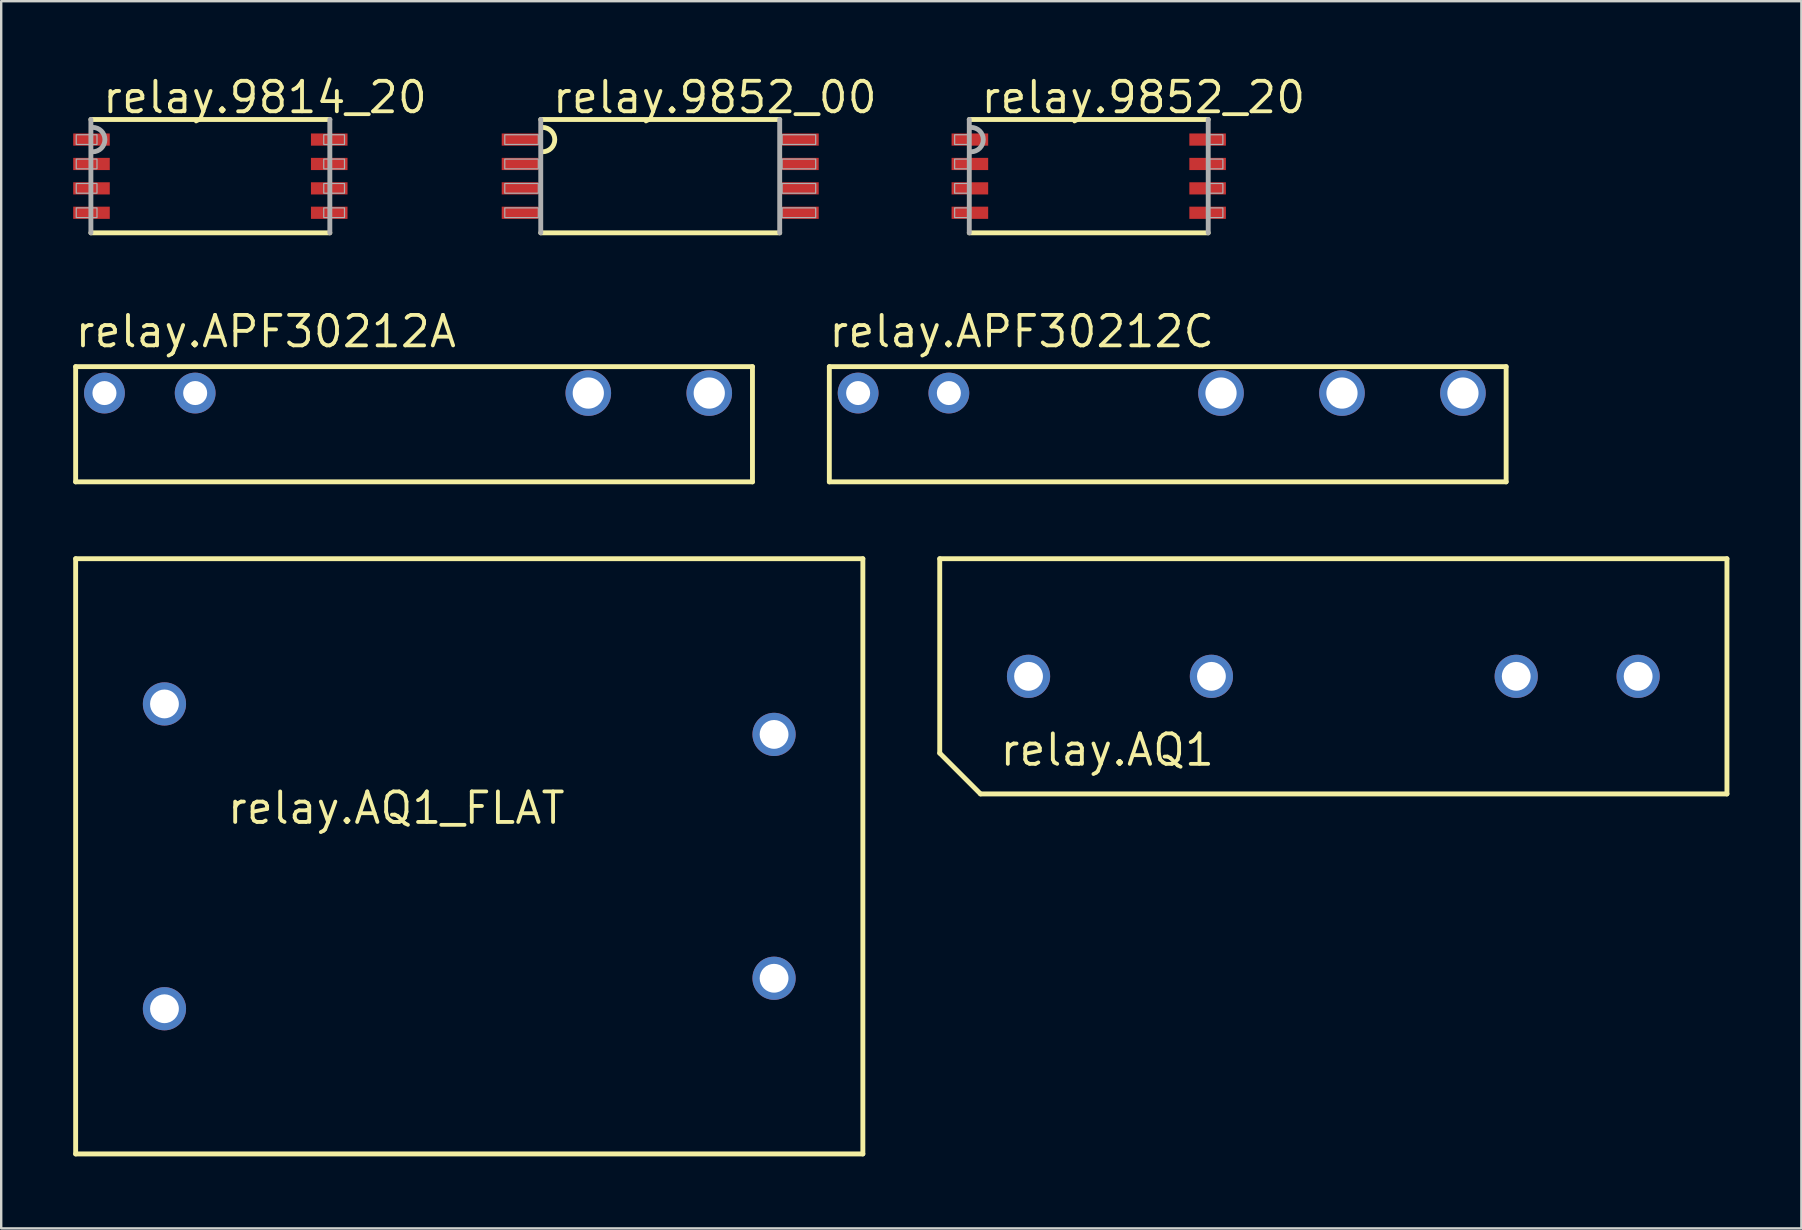
<source format=kicad_pcb>
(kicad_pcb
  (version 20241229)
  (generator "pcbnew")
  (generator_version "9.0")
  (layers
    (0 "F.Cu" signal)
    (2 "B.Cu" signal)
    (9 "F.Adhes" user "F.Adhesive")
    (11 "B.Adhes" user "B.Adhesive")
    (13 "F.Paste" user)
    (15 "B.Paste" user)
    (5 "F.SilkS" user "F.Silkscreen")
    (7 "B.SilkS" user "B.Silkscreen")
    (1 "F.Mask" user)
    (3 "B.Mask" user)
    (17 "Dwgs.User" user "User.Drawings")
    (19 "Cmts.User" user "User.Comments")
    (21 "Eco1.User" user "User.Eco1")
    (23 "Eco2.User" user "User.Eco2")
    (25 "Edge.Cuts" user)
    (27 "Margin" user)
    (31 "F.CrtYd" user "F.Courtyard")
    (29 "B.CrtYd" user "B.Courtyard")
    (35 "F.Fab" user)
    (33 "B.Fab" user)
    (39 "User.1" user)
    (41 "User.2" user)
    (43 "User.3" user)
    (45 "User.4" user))
  (footprint "relay.APF30212C"
    (layer "F.Cu")
    (at 45.305 13.327)
    (property "Reference" "relay.APF30212C" (at -13.902 -1.823 0) (layer "F.SilkS") (effects (font (size 1.27 1.27) (thickness 0.16)) (justify left bottom)))
    (attr through_hole)
    (fp_line (start -13.8 -1.1) (end 14.4 -1.1) (stroke (width 0.203) (type default)) (layer "F.SilkS"))
    (fp_line (start -13.8 3.7) (end -13.8 -1.1) (stroke (width 0.203) (type default)) (layer "F.SilkS"))
    (fp_line (start 14.4 -1.1) (end 14.4 3.7) (stroke (width 0.203) (type default)) (layer "F.SilkS"))
    (fp_line (start 14.4 3.7) (end -13.8 3.7) (stroke (width 0.203) (type default)) (layer "F.SilkS"))
    (pad "1" thru_hole circle (at -12.6 0) (size 1.7 1.7) (drill 1) (layers "*.Cu" "*.Mask"))
    (pad "2" thru_hole circle (at -8.82 0) (size 1.7 1.7) (drill 1) (layers "*.Cu" "*.Mask"))
    (pad "COM" thru_hole circle (at 7.56 0) (size 1.9 1.9) (drill 1.3) (layers "*.Cu" "*.Mask"))
    (pad "NC" thru_hole circle (at 2.52 0) (size 1.9 1.9) (drill 1.3) (layers "*.Cu" "*.Mask"))
    (pad "NO" thru_hole circle (at 12.6 0) (size 1.9 1.9) (drill 1.3) (layers "*.Cu" "*.Mask")))
  (footprint "relay.APF30212A"
    (layer "F.Cu")
    (at 13.902 13.327)
    (property "Reference" "relay.APF30212A" (at -13.902 -1.823 0) (layer "F.SilkS") (effects (font (size 1.27 1.27) (thickness 0.16)) (justify left bottom)))
    (attr through_hole)
    (fp_line (start -13.8 -1.1) (end 14.4 -1.1) (stroke (width 0.203) (type default)) (layer "F.SilkS"))
    (fp_line (start -13.8 3.7) (end -13.8 -1.1) (stroke (width 0.203) (type default)) (layer "F.SilkS"))
    (fp_line (start 14.4 -1.1) (end 14.4 3.7) (stroke (width 0.203) (type default)) (layer "F.SilkS"))
    (fp_line (start 14.4 3.7) (end -13.8 3.7) (stroke (width 0.203) (type default)) (layer "F.SilkS"))
    (pad "1" thru_hole circle (at -12.6 0) (size 1.7 1.7) (drill 1) (layers "*.Cu" "*.Mask"))
    (pad "2" thru_hole circle (at -8.82 0) (size 1.7 1.7) (drill 1) (layers "*.Cu" "*.Mask"))
    (pad "COM" thru_hole circle (at 7.56 0) (size 1.9 1.9) (drill 1.3) (layers "*.Cu" "*.Mask"))
    (pad "NO" thru_hole circle (at 12.6 0) (size 1.9 1.9) (drill 1.3) (layers "*.Cu" "*.Mask")))
  (footprint "relay.9852_20"
    (layer "F.Cu")
    (at 42.314 4.29)
    (property "Reference" "relay.9852_20" (at -4.572 -2.54 0) (layer "F.SilkS") (effects (font (size 1.27 1.27) (thickness 0.16)) (justify left bottom)))
    (attr smd)
    (fp_line (start -4.978 -2.362) (end 4.978 -2.362) (stroke (width 0.203) (type default)) (layer "F.SilkS"))
    (fp_line (start 4.978 2.362) (end -4.978 2.362) (stroke (width 0.203) (type default)) (layer "F.SilkS"))
    (fp_line (start -4.978 2.362) (end -4.978 -2.362) (stroke (width 0.203) (type default)) (layer "F.Fab"))
    (fp_line (start 4.978 -2.362) (end 4.978 2.362) (stroke (width 0.203) (type default)) (layer "F.Fab"))
    (fp_rect (start -5.588 -1.321) (end -5.025 -1.727) (stroke (width 0.05) (type default)) (fill no) (layer "F.Fab"))
    (fp_rect (start -5.588 -0.305) (end -5.025 -0.711) (stroke (width 0.05) (type default)) (fill no) (layer "F.Fab"))
    (fp_rect (start -5.588 0.711) (end -5 0.305) (stroke (width 0.05) (type default)) (fill no) (layer "F.Fab"))
    (fp_rect (start -5.588 1.727) (end -5 1.321) (stroke (width 0.05) (type default)) (fill no) (layer "F.Fab"))
    (fp_rect (start 5 0.711) (end 5.588 0.305) (stroke (width 0.05) (type default)) (fill no) (layer "F.Fab"))
    (fp_rect (start 5 1.727) (end 5.588 1.321) (stroke (width 0.05) (type default)) (fill no) (layer "F.Fab"))
    (fp_rect (start 5.025 -1.321) (end 5.588 -1.727) (stroke (width 0.05) (type default)) (fill no) (layer "F.Fab"))
    (fp_rect (start 5.025 -0.305) (end 5.588 -0.711) (stroke (width 0.05) (type default)) (fill no) (layer "F.Fab"))
    (fp_arc (start -4.9022 -2.032) (mid -4.3942 -1.524) (end -4.9022 -1.016) (stroke (width 0.2032) (type default)) (layer "F.Fab"))
    (pad "1" smd roundrect (at -4.953 -1.524) (size 1.524 0.508) (layers "F.Cu" "F.Mask" "F.Paste") (roundrect_rratio 0.01))
    (pad "2" smd roundrect (at 4.953 -1.524 180) (size 1.524 0.508) (layers "F.Cu" "F.Mask" "F.Paste") (roundrect_rratio 0.01))
    (pad "3" smd roundrect (at -4.953 -0.508) (size 1.524 0.508) (layers "F.Cu" "F.Mask" "F.Paste") (roundrect_rratio 0.01))
    (pad "4" smd roundrect (at 4.953 -0.508 180) (size 1.524 0.508) (layers "F.Cu" "F.Mask" "F.Paste") (roundrect_rratio 0.01))
    (pad "5" smd roundrect (at -4.953 0.508) (size 1.524 0.508) (layers "F.Cu" "F.Mask" "F.Paste") (roundrect_rratio 0.01))
    (pad "6" smd roundrect (at 4.953 0.508 180) (size 1.524 0.508) (layers "F.Cu" "F.Mask" "F.Paste") (roundrect_rratio 0.01))
    (pad "7" smd roundrect (at -4.953 1.524) (size 1.524 0.508) (layers "F.Cu" "F.Mask" "F.Paste") (roundrect_rratio 0.01))
    (pad "8" smd roundrect (at 4.953 1.524 180) (size 1.524 0.508) (layers "F.Cu" "F.Mask" "F.Paste") (roundrect_rratio 0.01)))
  (footprint "relay.9814_20"
    (layer "F.Cu")
    (at 5.715 4.29)
    (property "Reference" "relay.9814_20" (at -4.572 -2.54 0) (layer "F.SilkS") (effects (font (size 1.27 1.27) (thickness 0.16)) (justify left bottom)))
    (attr smd)
    (fp_line (start -4.978 -2.362) (end 4.978 -2.362) (stroke (width 0.203) (type default)) (layer "F.SilkS"))
    (fp_line (start 4.978 2.362) (end -4.978 2.362) (stroke (width 0.203) (type default)) (layer "F.SilkS"))
    (fp_line (start -4.978 2.362) (end -4.978 -2.362) (stroke (width 0.203) (type default)) (layer "F.Fab"))
    (fp_line (start 4.978 -2.362) (end 4.978 2.362) (stroke (width 0.203) (type default)) (layer "F.Fab"))
    (fp_rect (start -5.588 -1.321) (end -4.724 -1.727) (stroke (width 0.05) (type default)) (fill no) (layer "F.Fab"))
    (fp_rect (start -5.588 -0.305) (end -4.724 -0.711) (stroke (width 0.05) (type default)) (fill no) (layer "F.Fab"))
    (fp_rect (start -5.588 0.711) (end -4.724 0.305) (stroke (width 0.05) (type default)) (fill no) (layer "F.Fab"))
    (fp_rect (start -5.588 1.727) (end -4.724 1.321) (stroke (width 0.05) (type default)) (fill no) (layer "F.Fab"))
    (fp_rect (start 4.724 -1.321) (end 5.588 -1.727) (stroke (width 0.05) (type default)) (fill no) (layer "F.Fab"))
    (fp_rect (start 4.724 -0.305) (end 5.588 -0.711) (stroke (width 0.05) (type default)) (fill no) (layer "F.Fab"))
    (fp_rect (start 4.724 0.711) (end 5.588 0.305) (stroke (width 0.05) (type default)) (fill no) (layer "F.Fab"))
    (fp_rect (start 4.724 1.727) (end 5.588 1.321) (stroke (width 0.05) (type default)) (fill no) (layer "F.Fab"))
    (fp_arc (start -4.9022 -2.032) (mid -4.3942 -1.524) (end -4.9022 -1.016) (stroke (width 0.2032) (type default)) (layer "F.Fab"))
    (pad "1" smd roundrect (at -4.953 -1.524) (size 1.524 0.508) (layers "F.Cu" "F.Mask" "F.Paste") (roundrect_rratio 0.01))
    (pad "2" smd roundrect (at 4.953 -1.524 180) (size 1.524 0.508) (layers "F.Cu" "F.Mask" "F.Paste") (roundrect_rratio 0.01))
    (pad "3" smd roundrect (at -4.953 -0.508) (size 1.524 0.508) (layers "F.Cu" "F.Mask" "F.Paste") (roundrect_rratio 0.01))
    (pad "4" smd roundrect (at 4.953 -0.508 180) (size 1.524 0.508) (layers "F.Cu" "F.Mask" "F.Paste") (roundrect_rratio 0.01))
    (pad "5" smd roundrect (at -4.953 0.508) (size 1.524 0.508) (layers "F.Cu" "F.Mask" "F.Paste") (roundrect_rratio 0.01))
    (pad "6" smd roundrect (at 4.953 0.508 180) (size 1.524 0.508) (layers "F.Cu" "F.Mask" "F.Paste") (roundrect_rratio 0.01))
    (pad "7" smd roundrect (at -4.953 1.524) (size 1.524 0.508) (layers "F.Cu" "F.Mask" "F.Paste") (roundrect_rratio 0.01))
    (pad "8" smd roundrect (at 4.953 1.524 180) (size 1.524 0.508) (layers "F.Cu" "F.Mask" "F.Paste") (roundrect_rratio 0.01)))
  (footprint "relay.9852_00"
    (layer "F.Cu")
    (at 24.459 4.29)
    (property "Reference" "relay.9852_00" (at -4.572 -2.54 0) (layer "F.SilkS") (effects (font (size 1.27 1.27) (thickness 0.16)) (justify left bottom)))
    (attr smd)
    (fp_line (start -4.978 -2.362) (end 4.978 -2.362) (stroke (width 0.203) (type default)) (layer "F.SilkS"))
    (fp_line (start 4.978 2.362) (end -4.978 2.362) (stroke (width 0.203) (type default)) (layer "F.SilkS"))
    (fp_arc (start -4.9022 -2.032) (mid -4.3942 -1.524) (end -4.9022 -1.016) (stroke (width 0.2032) (type default)) (layer "F.SilkS"))
    (fp_line (start -4.978 2.362) (end -4.978 -2.362) (stroke (width 0.203) (type default)) (layer "F.Fab"))
    (fp_line (start 4.978 -2.362) (end 4.978 2.362) (stroke (width 0.203) (type default)) (layer "F.Fab"))
    (fp_rect (start -6.477 -1.321) (end -5.08 -1.727) (stroke (width 0.05) (type default)) (fill no) (layer "F.Fab"))
    (fp_rect (start -6.477 -0.305) (end -5.08 -0.711) (stroke (width 0.05) (type default)) (fill no) (layer "F.Fab"))
    (fp_rect (start -6.477 0.711) (end -5.08 0.305) (stroke (width 0.05) (type default)) (fill no) (layer "F.Fab"))
    (fp_rect (start -6.477 1.727) (end -5.08 1.321) (stroke (width 0.05) (type default)) (fill no) (layer "F.Fab"))
    (fp_rect (start 5.08 -1.321) (end 6.477 -1.727) (stroke (width 0.05) (type default)) (fill no) (layer "F.Fab"))
    (fp_rect (start 5.08 -0.305) (end 6.477 -0.711) (stroke (width 0.05) (type default)) (fill no) (layer "F.Fab"))
    (fp_rect (start 5.08 0.711) (end 6.477 0.305) (stroke (width 0.05) (type default)) (fill no) (layer "F.Fab"))
    (fp_rect (start 5.08 1.727) (end 6.477 1.321) (stroke (width 0.05) (type default)) (fill no) (layer "F.Fab"))
    (pad "1" smd roundrect (at -5.842 -1.524) (size 1.524 0.508) (layers "F.Cu" "F.Mask" "F.Paste") (roundrect_rratio 0.01))
    (pad "2" smd roundrect (at 5.842 -1.524 180) (size 1.524 0.508) (layers "F.Cu" "F.Mask" "F.Paste") (roundrect_rratio 0.01))
    (pad "3" smd roundrect (at -5.842 -0.508) (size 1.524 0.508) (layers "F.Cu" "F.Mask" "F.Paste") (roundrect_rratio 0.01))
    (pad "4" smd roundrect (at 5.842 -0.508 180) (size 1.524 0.508) (layers "F.Cu" "F.Mask" "F.Paste") (roundrect_rratio 0.01))
    (pad "5" smd roundrect (at -5.842 0.508) (size 1.524 0.508) (layers "F.Cu" "F.Mask" "F.Paste") (roundrect_rratio 0.01))
    (pad "6" smd roundrect (at 5.842 0.508 180) (size 1.524 0.508) (layers "F.Cu" "F.Mask" "F.Paste") (roundrect_rratio 0.01))
    (pad "7" smd roundrect (at -5.842 1.524) (size 1.524 0.508) (layers "F.Cu" "F.Mask" "F.Paste") (roundrect_rratio 0.01))
    (pad "8" smd roundrect (at 5.842 1.524 180) (size 1.524 0.508) (layers "F.Cu" "F.Mask" "F.Paste") (roundrect_rratio 0.01)))
  (footprint "relay.AQ1_FLAT"
    (layer "F.Cu")
    (at 16.502 32.63)
    (property "Reference" "relay.AQ1_FLAT" (at -10.16 -1.27 0) (layer "F.SilkS") (effects (font (size 1.27 1.27) (thickness 0.16)) (justify left bottom)))
    (attr through_hole)
    (fp_line (start -16.4 -12.4) (end 16.4 -12.4) (stroke (width 0.203) (type default)) (layer "F.SilkS"))
    (fp_line (start -16.4 12.4) (end -16.4 -12.4) (stroke (width 0.203) (type default)) (layer "F.SilkS"))
    (fp_line (start 16.4 -12.4) (end 16.4 12.4) (stroke (width 0.203) (type default)) (layer "F.SilkS"))
    (fp_line (start 16.4 12.4) (end -16.4 12.4) (stroke (width 0.203) (type default)) (layer "F.SilkS"))
    (pad "1" thru_hole circle (at -12.7 6.35) (size 1.8 1.8) (drill 1.2) (layers "*.Cu" "*.Mask"))
    (pad "2" thru_hole circle (at -12.7 -6.35) (size 1.8 1.8) (drill 1.2) (layers "*.Cu" "*.Mask"))
    (pad "3" thru_hole circle (at 12.7 -5.08) (size 1.8 1.8) (drill 1.2) (layers "*.Cu" "*.Mask"))
    (pad "4" thru_hole circle (at 12.7 5.08) (size 1.8 1.8) (drill 1.2) (layers "*.Cu" "*.Mask")))
  (footprint "relay.AQ1"
    (layer "F.Cu")
    (at 52.505 25.13)
    (property "Reference" "relay.AQ1" (at -13.97 3.81 0) (layer "F.SilkS") (effects (font (size 1.27 1.27) (thickness 0.16)) (justify left bottom)))
    (attr through_hole)
    (fp_line (start -16.4 -4.9) (end 16.4 -4.9) (stroke (width 0.203) (type default)) (layer "F.SilkS"))
    (fp_line (start -16.4 3.2) (end -16.4 -4.9) (stroke (width 0.203) (type default)) (layer "F.SilkS"))
    (fp_line (start -16.4 3.2) (end -14.7 4.9) (stroke (width 0.203) (type default)) (layer "F.SilkS"))
    (fp_line (start 16.4 -4.9) (end 16.4 4.9) (stroke (width 0.203) (type default)) (layer "F.SilkS"))
    (fp_line (start 16.4 4.9) (end -14.7 4.9) (stroke (width 0.203) (type default)) (layer "F.SilkS"))
    (pad "1" thru_hole circle (at -12.7 0) (size 1.8 1.8) (drill 1.2) (layers "*.Cu" "*.Mask"))
    (pad "2" thru_hole circle (at -5.08 0) (size 1.8 1.8) (drill 1.2) (layers "*.Cu" "*.Mask"))
    (pad "3" thru_hole circle (at 7.62 0) (size 1.8 1.8) (drill 1.2) (layers "*.Cu" "*.Mask"))
    (pad "4" thru_hole circle (at 12.7 0) (size 1.8 1.8) (drill 1.2) (layers "*.Cu" "*.Mask")))
  (gr_rect
    (start -3 -3)
    (end 72.006 48.132)
    (stroke (width 0.1) (type default))
    (fill no)
    (layer "Edge.Cuts")))
</source>
